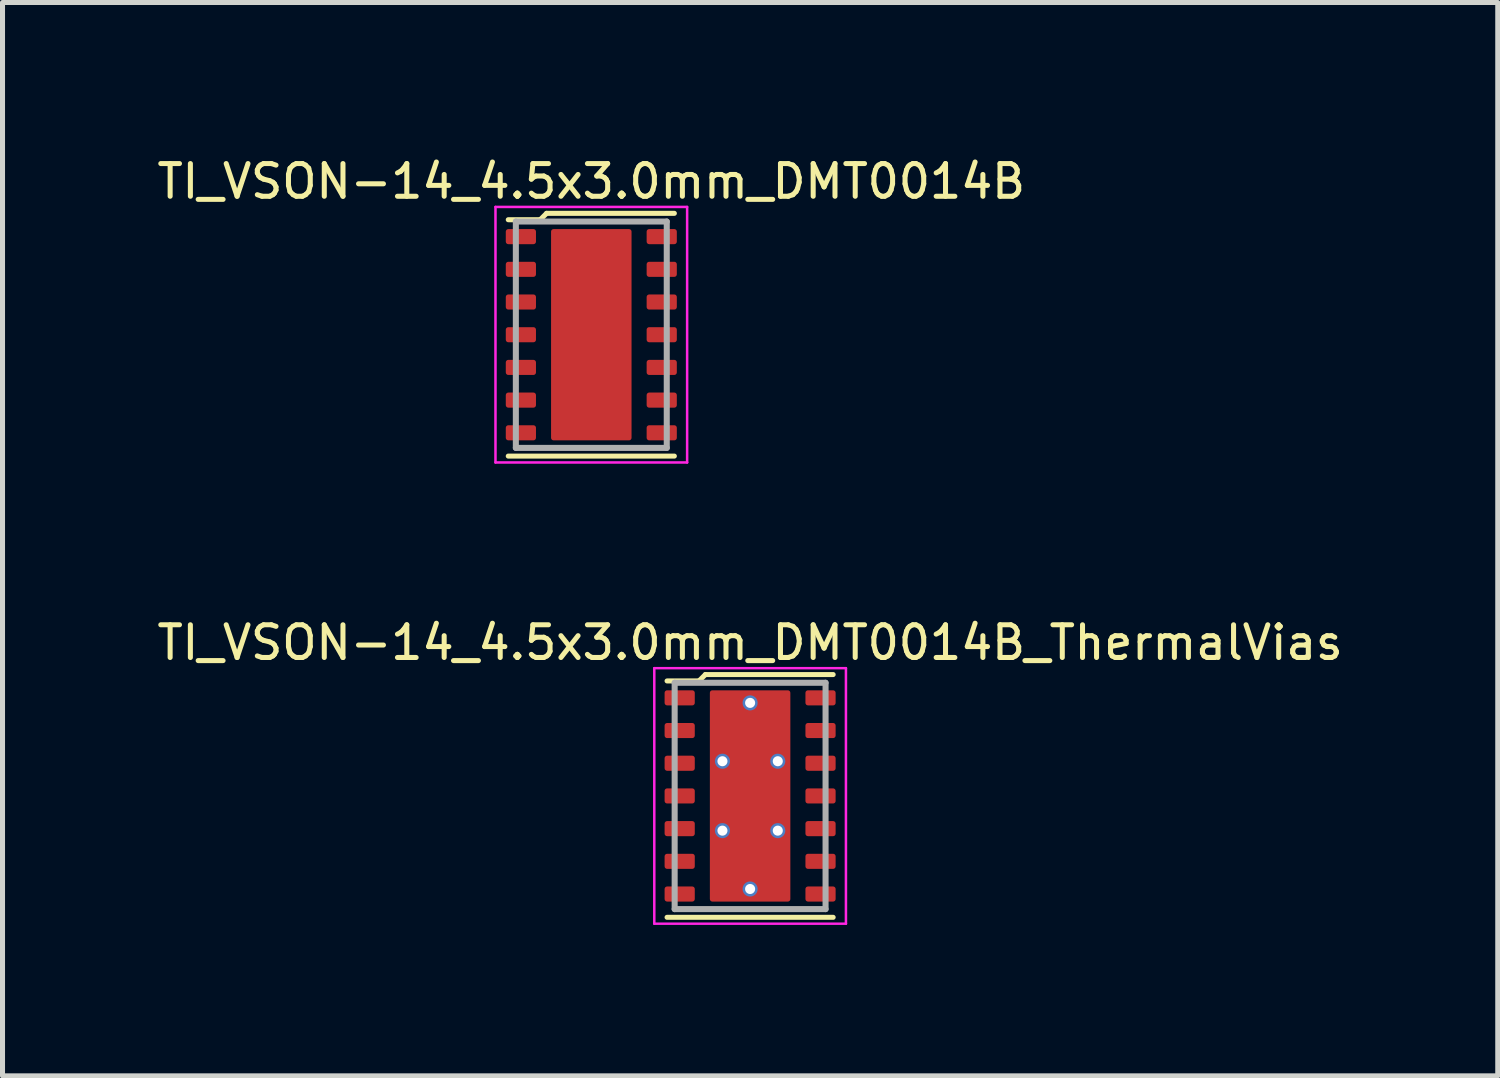
<source format=kicad_pcb>
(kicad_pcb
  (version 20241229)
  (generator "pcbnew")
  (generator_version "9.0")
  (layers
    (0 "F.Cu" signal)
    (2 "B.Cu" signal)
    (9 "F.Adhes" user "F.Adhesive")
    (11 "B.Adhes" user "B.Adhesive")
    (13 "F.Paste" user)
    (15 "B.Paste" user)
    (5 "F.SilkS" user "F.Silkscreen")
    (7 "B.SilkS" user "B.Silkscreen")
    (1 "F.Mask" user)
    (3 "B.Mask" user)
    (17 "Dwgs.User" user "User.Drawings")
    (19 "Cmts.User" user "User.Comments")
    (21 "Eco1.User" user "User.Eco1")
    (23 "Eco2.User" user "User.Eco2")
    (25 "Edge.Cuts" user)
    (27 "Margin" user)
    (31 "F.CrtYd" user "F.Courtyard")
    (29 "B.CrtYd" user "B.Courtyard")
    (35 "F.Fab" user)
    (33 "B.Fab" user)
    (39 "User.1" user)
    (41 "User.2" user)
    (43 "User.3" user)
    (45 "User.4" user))
  (footprint "TI_VSON-14_4.5x3.0mm_DMT0014B_ThermalVias"
    (layer "F.Cu")
    (at 11.862 12.773)
    (property "Reference" "TI_VSON-14_4.5x3.0mm_DMT0014B_ThermalVias" (at 0 -3.048 0) (layer "F.SilkS") (effects (font (size 0.65 0.65) (thickness 0.1))))
    (attr through_hole)
    (fp_line (start -1.651 -2.286) (end -1.016 -2.286) (stroke (width 0.1) (type solid)) (layer "F.SilkS"))
    (fp_line (start -1.651 2.413) (end 1.651 2.413) (stroke (width 0.1) (type solid)) (layer "F.SilkS"))
    (fp_line (start -1.016 -2.286) (end -0.889 -2.413) (stroke (width 0.1) (type solid)) (layer "F.SilkS"))
    (fp_line (start -0.889 -2.413) (end 1.651 -2.413) (stroke (width 0.1) (type solid)) (layer "F.SilkS"))
    (fp_line (start -1.905 -2.54) (end 1.905 -2.54) (stroke (width 0.05) (type solid)) (layer "F.CrtYd"))
    (fp_line (start -1.905 2.54) (end -1.905 -2.54) (stroke (width 0.05) (type solid)) (layer "F.CrtYd"))
    (fp_line (start 1.905 -2.54) (end 1.905 2.54) (stroke (width 0.05) (type solid)) (layer "F.CrtYd"))
    (fp_line (start 1.905 2.54) (end -1.905 2.54) (stroke (width 0.05) (type solid)) (layer "F.CrtYd"))
    (fp_line (start -1.5 -2.25) (end 1.5 -2.25) (stroke (width 0.12) (type solid)) (layer "F.Fab"))
    (fp_line (start -1.5 2.25) (end -1.5 -2.25) (stroke (width 0.12) (type solid)) (layer "F.Fab"))
    (fp_line (start 1.5 -2.25) (end 1.5 2.25) (stroke (width 0.12) (type solid)) (layer "F.Fab"))
    (fp_line (start 1.5 2.25) (end -1.5 2.25) (stroke (width 0.12) (type solid)) (layer "F.Fab"))
    (pad "1" smd roundrect (at -1.4 -1.95) (size 0.6 0.3) (layers "F.Cu" "F.Mask" "F.Paste") (roundrect_rratio 0.167))
    (pad "2" smd roundrect (at -1.4 -1.3) (size 0.6 0.3) (layers "F.Cu" "F.Mask" "F.Paste") (roundrect_rratio 0.167))
    (pad "3" smd roundrect (at -1.4 -0.65) (size 0.6 0.3) (layers "F.Cu" "F.Mask" "F.Paste") (roundrect_rratio 0.167))
    (pad "4" smd roundrect (at -1.4 0) (size 0.6 0.3) (layers "F.Cu" "F.Mask" "F.Paste") (roundrect_rratio 0.167))
    (pad "5" smd roundrect (at -1.4 0.65) (size 0.6 0.3) (layers "F.Cu" "F.Mask" "F.Paste") (roundrect_rratio 0.167))
    (pad "6" smd roundrect (at -1.4 1.3) (size 0.6 0.3) (layers "F.Cu" "F.Mask" "F.Paste") (roundrect_rratio 0.167))
    (pad "7" smd roundrect (at -1.4 1.95) (size 0.6 0.3) (layers "F.Cu" "F.Mask" "F.Paste") (roundrect_rratio 0.167))
    (pad "8" smd roundrect (at 1.4 1.95) (size 0.6 0.3) (layers "F.Cu" "F.Mask" "F.Paste") (roundrect_rratio 0.167))
    (pad "9" smd roundrect (at 1.4 1.3) (size 0.6 0.3) (layers "F.Cu" "F.Mask" "F.Paste") (roundrect_rratio 0.167))
    (pad "10" smd roundrect (at 1.4 0.65) (size 0.6 0.3) (layers "F.Cu" "F.Mask" "F.Paste") (roundrect_rratio 0.167))
    (pad "11" smd roundrect (at 1.4 0) (size 0.6 0.3) (layers "F.Cu" "F.Mask" "F.Paste") (roundrect_rratio 0.167))
    (pad "12" smd roundrect (at 1.4 -0.65) (size 0.6 0.3) (layers "F.Cu" "F.Mask" "F.Paste") (roundrect_rratio 0.167))
    (pad "13" smd roundrect (at 1.4 -1.3) (size 0.6 0.3) (layers "F.Cu" "F.Mask" "F.Paste") (roundrect_rratio 0.167))
    (pad "14" smd roundrect (at 1.4 -1.95) (size 0.6 0.3) (layers "F.Cu" "F.Mask" "F.Paste") (roundrect_rratio 0.167))
    (pad "15" thru_hole circle (at -0.55 -0.69) (size 0.3 0.3) (drill 0.2) (layers "*.Cu" "*.Mask"))
    (pad "15" thru_hole circle (at -0.55 0.69) (size 0.3 0.3) (drill 0.2) (layers "*.Cu" "*.Mask"))
    (pad "15" thru_hole circle (at 0 -1.85) (size 0.3 0.3) (drill 0.2) (layers "*.Cu" "*.Mask"))
    (pad "15" smd roundrect (at 0 0) (size 1.6 4.2) (layers "F.Cu" "F.Mask" "F.Paste") (roundrect_rratio 0.031))
    (pad "15" thru_hole circle (at 0 1.85) (size 0.3 0.3) (drill 0.2) (layers "*.Cu" "*.Mask"))
    (pad "15" thru_hole circle (at 0.55 -0.69) (size 0.3 0.3) (drill 0.2) (layers "*.Cu" "*.Mask"))
    (pad "15" thru_hole circle (at 0.55 0.69) (size 0.3 0.3) (drill 0.2) (layers "*.Cu" "*.Mask")))
  (footprint "TI_VSON-14_4.5x3.0mm_DMT0014B"
    (layer "F.Cu")
    (at 8.705 3.604)
    (property "Reference" "TI_VSON-14_4.5x3.0mm_DMT0014B" (at 0 -3.048 0) (layer "F.SilkS") (effects (font (size 0.65 0.65) (thickness 0.1))))
    (attr through_hole)
    (fp_line (start -1.651 -2.286) (end -1.016 -2.286) (stroke (width 0.1) (type solid)) (layer "F.SilkS"))
    (fp_line (start -1.651 2.413) (end 1.651 2.413) (stroke (width 0.1) (type solid)) (layer "F.SilkS"))
    (fp_line (start -1.016 -2.286) (end -0.889 -2.413) (stroke (width 0.1) (type solid)) (layer "F.SilkS"))
    (fp_line (start -0.889 -2.413) (end 1.651 -2.413) (stroke (width 0.1) (type solid)) (layer "F.SilkS"))
    (fp_line (start -1.905 -2.54) (end 1.905 -2.54) (stroke (width 0.05) (type solid)) (layer "F.CrtYd"))
    (fp_line (start -1.905 2.54) (end -1.905 -2.54) (stroke (width 0.05) (type solid)) (layer "F.CrtYd"))
    (fp_line (start 1.905 -2.54) (end 1.905 2.54) (stroke (width 0.05) (type solid)) (layer "F.CrtYd"))
    (fp_line (start 1.905 2.54) (end -1.905 2.54) (stroke (width 0.05) (type solid)) (layer "F.CrtYd"))
    (fp_line (start -1.5 -2.25) (end 1.5 -2.25) (stroke (width 0.12) (type solid)) (layer "F.Fab"))
    (fp_line (start -1.5 2.25) (end -1.5 -2.25) (stroke (width 0.12) (type solid)) (layer "F.Fab"))
    (fp_line (start 1.5 -2.25) (end 1.5 2.25) (stroke (width 0.12) (type solid)) (layer "F.Fab"))
    (fp_line (start 1.5 2.25) (end -1.5 2.25) (stroke (width 0.12) (type solid)) (layer "F.Fab"))
    (pad "1" smd roundrect (at -1.4 -1.95) (size 0.6 0.3) (layers "F.Cu" "F.Mask" "F.Paste") (roundrect_rratio 0.167))
    (pad "2" smd roundrect (at -1.4 -1.3) (size 0.6 0.3) (layers "F.Cu" "F.Mask" "F.Paste") (roundrect_rratio 0.167))
    (pad "3" smd roundrect (at -1.4 -0.65) (size 0.6 0.3) (layers "F.Cu" "F.Mask" "F.Paste") (roundrect_rratio 0.167))
    (pad "4" smd roundrect (at -1.4 0) (size 0.6 0.3) (layers "F.Cu" "F.Mask" "F.Paste") (roundrect_rratio 0.167))
    (pad "5" smd roundrect (at -1.4 0.65) (size 0.6 0.3) (layers "F.Cu" "F.Mask" "F.Paste") (roundrect_rratio 0.167))
    (pad "6" smd roundrect (at -1.4 1.3) (size 0.6 0.3) (layers "F.Cu" "F.Mask" "F.Paste") (roundrect_rratio 0.167))
    (pad "7" smd roundrect (at -1.4 1.95) (size 0.6 0.3) (layers "F.Cu" "F.Mask" "F.Paste") (roundrect_rratio 0.167))
    (pad "8" smd roundrect (at 1.4 1.95) (size 0.6 0.3) (layers "F.Cu" "F.Mask" "F.Paste") (roundrect_rratio 0.167))
    (pad "9" smd roundrect (at 1.4 1.3) (size 0.6 0.3) (layers "F.Cu" "F.Mask" "F.Paste") (roundrect_rratio 0.167))
    (pad "10" smd roundrect (at 1.4 0.65) (size 0.6 0.3) (layers "F.Cu" "F.Mask" "F.Paste") (roundrect_rratio 0.167))
    (pad "11" smd roundrect (at 1.4 0) (size 0.6 0.3) (layers "F.Cu" "F.Mask" "F.Paste") (roundrect_rratio 0.167))
    (pad "12" smd roundrect (at 1.4 -0.65) (size 0.6 0.3) (layers "F.Cu" "F.Mask" "F.Paste") (roundrect_rratio 0.167))
    (pad "13" smd roundrect (at 1.4 -1.3) (size 0.6 0.3) (layers "F.Cu" "F.Mask" "F.Paste") (roundrect_rratio 0.167))
    (pad "14" smd roundrect (at 1.4 -1.95) (size 0.6 0.3) (layers "F.Cu" "F.Mask" "F.Paste") (roundrect_rratio 0.167))
    (pad "15" smd roundrect (at 0 0) (size 1.6 4.2) (layers "F.Cu" "F.Mask" "F.Paste") (roundrect_rratio 0.031)))
  (gr_rect
    (start -3 -3)
    (end 26.725 18.337)
    (stroke (width 0.1) (type default))
    (fill no)
    (layer "Edge.Cuts")))
</source>
